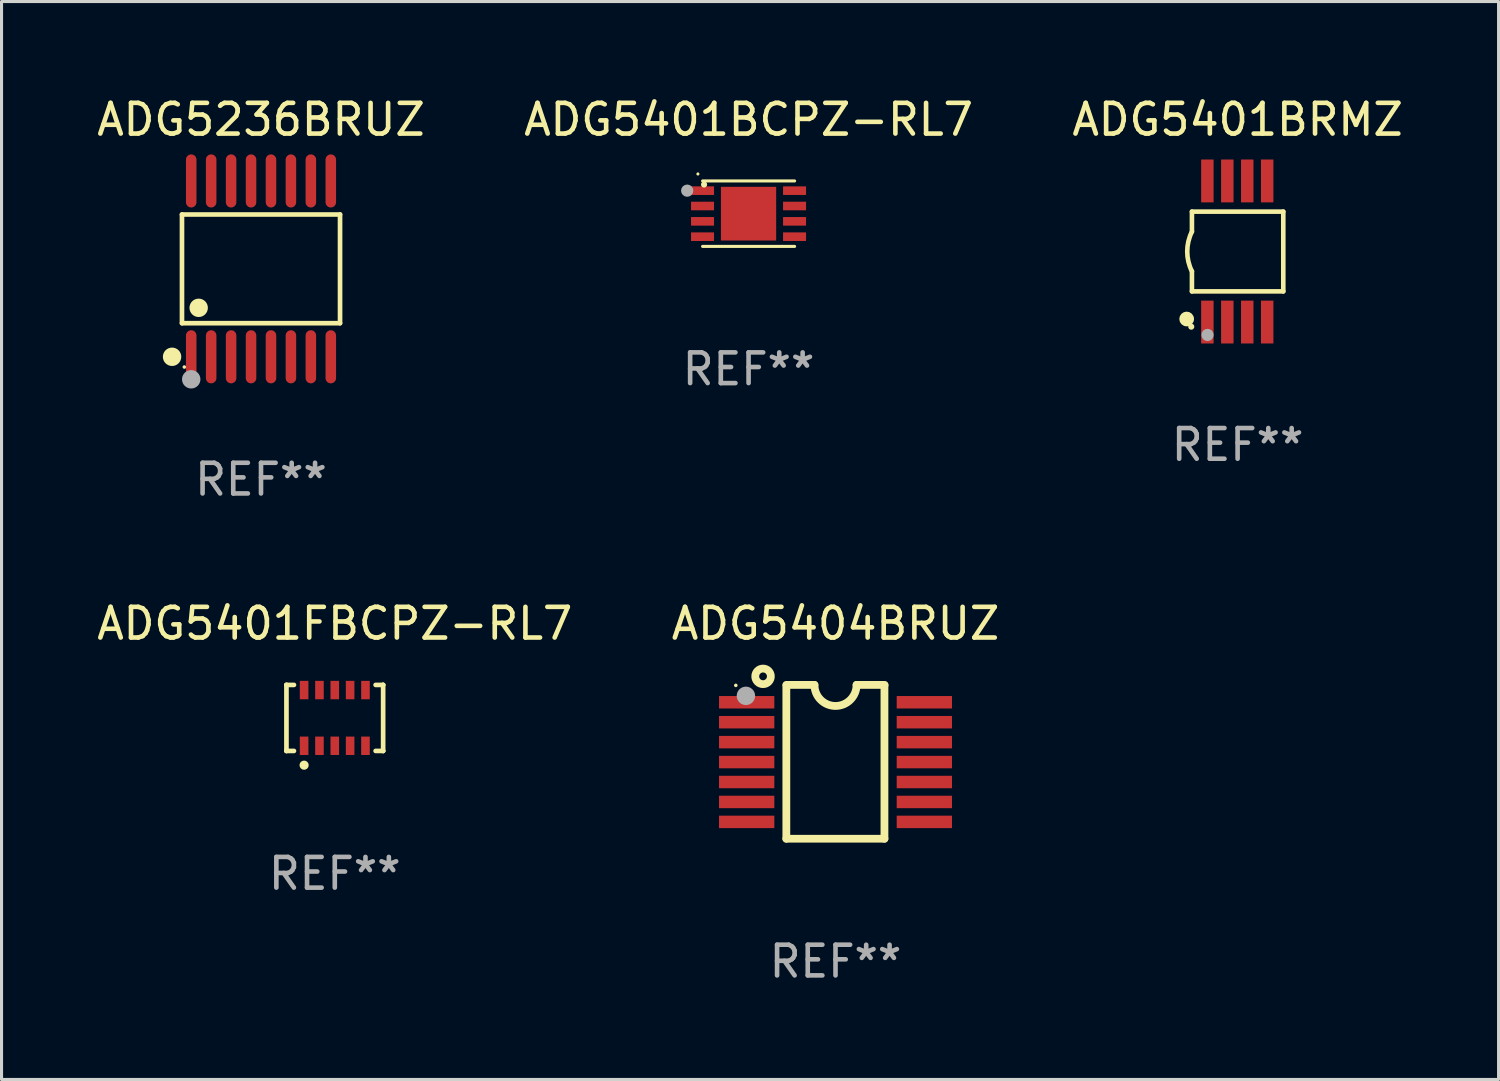
<source format=kicad_pcb>
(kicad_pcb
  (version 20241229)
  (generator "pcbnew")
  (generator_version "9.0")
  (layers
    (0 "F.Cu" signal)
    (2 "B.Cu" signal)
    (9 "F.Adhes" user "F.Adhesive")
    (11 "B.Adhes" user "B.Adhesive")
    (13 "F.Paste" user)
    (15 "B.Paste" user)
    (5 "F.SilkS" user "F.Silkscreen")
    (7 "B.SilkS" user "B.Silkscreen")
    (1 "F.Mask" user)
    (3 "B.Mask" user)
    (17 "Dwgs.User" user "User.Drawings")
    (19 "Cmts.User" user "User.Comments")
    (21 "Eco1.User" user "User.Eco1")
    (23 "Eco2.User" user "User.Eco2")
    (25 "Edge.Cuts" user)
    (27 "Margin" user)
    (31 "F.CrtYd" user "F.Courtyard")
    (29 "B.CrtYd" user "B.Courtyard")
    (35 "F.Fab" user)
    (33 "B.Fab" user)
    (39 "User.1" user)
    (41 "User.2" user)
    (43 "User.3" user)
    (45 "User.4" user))
  (footprint "ADG5236BRUZ"
    (layer "F.Cu")
    (at 5.458 5.714)
    (property "Reference" "ADG5236BRUZ" (at 0 -4.866 0) (layer "F.SilkS") (effects (font (size 1 1) (thickness 0.15))))
    (attr through_hole)
    (fp_line (start -2.576 -1.772) (end 2.576 -1.772) (stroke (width 0.152) (type solid)) (layer "F.SilkS"))
    (fp_line (start -2.576 1.771) (end -2.576 -1.772) (stroke (width 0.152) (type solid)) (layer "F.SilkS"))
    (fp_line (start 2.576 -1.772) (end 2.576 1.771) (stroke (width 0.152) (type solid)) (layer "F.SilkS"))
    (fp_line (start 2.576 1.771) (end -2.576 1.771) (stroke (width 0.152) (type solid)) (layer "F.SilkS"))
    (fp_circle (center -2.899 2.866) (end -2.749 2.866) (stroke (width 0.3) (type solid)) (fill no) (layer "F.SilkS"))
    (fp_circle (center -2.5 3.2) (end -2.47 3.2) (stroke (width 0.06) (type solid)) (fill no) (layer "F.SilkS"))
    (fp_circle (center -2.032 1.27) (end -1.882 1.27) (stroke (width 0.3) (type solid)) (fill no) (layer "F.SilkS"))
    (fp_circle (center -2.275 3.6) (end -2.125 3.6) (stroke (width 0.3) (type solid)) (fill no) (layer "F.Fab"))
    (fp_text user "REF**" (at 0 6.866 0) (layer "F.Fab") (effects (font (size 1 1) (thickness 0.15))))
    (pad "1" smd oval (at -2.275 2.866) (size 0.343 1.731) (layers "F.Cu" "F.Mask" "F.Paste"))
    (pad "2" smd oval (at -1.625 2.866) (size 0.343 1.731) (layers "F.Cu" "F.Mask" "F.Paste"))
    (pad "3" smd oval (at -0.975 2.866) (size 0.343 1.731) (layers "F.Cu" "F.Mask" "F.Paste"))
    (pad "4" smd oval (at -0.325 2.866) (size 0.343 1.731) (layers "F.Cu" "F.Mask" "F.Paste"))
    (pad "5" smd oval (at 0.325 2.866) (size 0.343 1.731) (layers "F.Cu" "F.Mask" "F.Paste"))
    (pad "6" smd oval (at 0.975 2.866) (size 0.343 1.731) (layers "F.Cu" "F.Mask" "F.Paste"))
    (pad "7" smd oval (at 1.625 2.866) (size 0.343 1.731) (layers "F.Cu" "F.Mask" "F.Paste"))
    (pad "8" smd oval (at 2.275 2.866) (size 0.343 1.731) (layers "F.Cu" "F.Mask" "F.Paste"))
    (pad "9" smd oval (at 2.275 -2.866) (size 0.343 1.731) (layers "F.Cu" "F.Mask" "F.Paste"))
    (pad "10" smd oval (at 1.625 -2.866) (size 0.343 1.731) (layers "F.Cu" "F.Mask" "F.Paste"))
    (pad "11" smd oval (at 0.975 -2.866) (size 0.343 1.731) (layers "F.Cu" "F.Mask" "F.Paste"))
    (pad "12" smd oval (at 0.325 -2.866) (size 0.343 1.731) (layers "F.Cu" "F.Mask" "F.Paste"))
    (pad "13" smd oval (at -0.325 -2.866) (size 0.343 1.731) (layers "F.Cu" "F.Mask" "F.Paste"))
    (pad "14" smd oval (at -0.975 -2.866) (size 0.343 1.731) (layers "F.Cu" "F.Mask" "F.Paste"))
    (pad "15" smd oval (at -1.625 -2.866) (size 0.343 1.731) (layers "F.Cu" "F.Mask" "F.Paste"))
    (pad "16" smd oval (at -2.275 -2.866) (size 0.343 1.731) (layers "F.Cu" "F.Mask" "F.Paste")))
  (footprint "ADG5404BRUZ"
    (layer "F.Cu")
    (at 24.185 21.783)
    (property "Reference" "ADG5404BRUZ" (at 0 -4.507 0) (layer "F.SilkS") (effects (font (size 1 1) (thickness 0.15))))
    (attr through_hole)
    (fp_line (start -1.603 2.507) (end -1.603 -2.494) (stroke (width 0.254) (type solid)) (layer "F.SilkS"))
    (fp_line (start -1.603 2.507) (end 1.595 2.507) (stroke (width 0.254) (type solid)) (layer "F.SilkS"))
    (fp_line (start -1.6 -2.507) (end -0.686 -2.507) (stroke (width 0.254) (type solid)) (layer "F.SilkS"))
    (fp_line (start 0.686 -2.507) (end 1.6 -2.507) (stroke (width 0.254) (type solid)) (layer "F.SilkS"))
    (fp_line (start 1.595 2.507) (end 1.595 -2.494) (stroke (width 0.254) (type solid)) (layer "F.SilkS"))
    (fp_arc (start 0.685852 -2.506998) (mid 0.000051 -1.821197) (end -0.68575 -2.506998) (stroke (width 0.254001) (type solid)) (layer "F.SilkS"))
    (fp_circle (center -3.25 -2.492) (end -3.22 -2.492) (stroke (width 0.06) (type solid)) (fill no) (layer "F.SilkS"))
    (fp_circle (center -2.362 -2.786) (end -2.108 -2.786) (stroke (width 0.254) (type solid)) (fill no) (layer "F.SilkS"))
    (fp_circle (center -2.921 -2.151) (end -2.771 -2.151) (stroke (width 0.3) (type solid)) (fill no) (layer "F.Fab"))
    (fp_text user "REF**" (at 0 6.507 0) (layer "F.Fab") (effects (font (size 1 1) (thickness 0.15))))
    (pad "1" smd rect (at -2.896 -1.942) (size 1.803 0.406) (layers "F.Cu" "F.Mask" "F.Paste"))
    (pad "2" smd rect (at -2.896 -1.292) (size 1.803 0.406) (layers "F.Cu" "F.Mask" "F.Paste"))
    (pad "3" smd rect (at -2.896 -0.642) (size 1.803 0.406) (layers "F.Cu" "F.Mask" "F.Paste"))
    (pad "4" smd rect (at -2.896 0.008) (size 1.803 0.406) (layers "F.Cu" "F.Mask" "F.Paste"))
    (pad "5" smd rect (at -2.896 0.658) (size 1.803 0.406) (layers "F.Cu" "F.Mask" "F.Paste"))
    (pad "6" smd rect (at -2.896 1.308) (size 1.803 0.406) (layers "F.Cu" "F.Mask" "F.Paste"))
    (pad "7" smd rect (at -2.896 1.958) (size 1.803 0.406) (layers "F.Cu" "F.Mask" "F.Paste"))
    (pad "8" smd rect (at 2.896 1.958) (size 1.803 0.406) (layers "F.Cu" "F.Mask" "F.Paste"))
    (pad "9" smd rect (at 2.896 1.308) (size 1.803 0.406) (layers "F.Cu" "F.Mask" "F.Paste"))
    (pad "10" smd rect (at 2.896 0.658) (size 1.803 0.406) (layers "F.Cu" "F.Mask" "F.Paste"))
    (pad "11" smd rect (at 2.896 0.008) (size 1.803 0.406) (layers "F.Cu" "F.Mask" "F.Paste"))
    (pad "12" smd rect (at 2.896 -0.642) (size 1.803 0.406) (layers "F.Cu" "F.Mask" "F.Paste"))
    (pad "13" smd rect (at 2.896 -1.292) (size 1.803 0.406) (layers "F.Cu" "F.Mask" "F.Paste"))
    (pad "14" smd rect (at 2.896 -1.942) (size 1.803 0.406) (layers "F.Cu" "F.Mask" "F.Paste")))
  (footprint "ADG5401BRMZ"
    (layer "F.Cu")
    (at 37.292 5.148)
    (property "Reference" "ADG5401BRMZ" (at 0 -4.3 0) (layer "F.SilkS") (effects (font (size 1 1) (thickness 0.15))))
    (attr through_hole)
    (fp_line (start -1.489 -1.3) (end -1.489 -0.648) (stroke (width 0.15) (type solid)) (layer "F.SilkS"))
    (fp_line (start -1.489 0.648) (end -1.489 1.3) (stroke (width 0.15) (type solid)) (layer "F.SilkS"))
    (fp_line (start -1.489 1.3) (end 1.489 1.3) (stroke (width 0.15) (type solid)) (layer "F.SilkS"))
    (fp_line (start 1.489 -1.3) (end -1.489 -1.3) (stroke (width 0.15) (type solid)) (layer "F.SilkS"))
    (fp_line (start 1.489 1.3) (end 1.489 -1.3) (stroke (width 0.15) (type solid)) (layer "F.SilkS"))
    (fp_arc (start -1.489205 0.647702) (mid -1.642107 0) (end -1.489205 -0.647701) (stroke (width 0.150013) (type solid)) (layer "F.SilkS"))
    (fp_circle (center -1.661 2.2) (end -1.541 2.2) (stroke (width 0.24) (type solid)) (fill no) (layer "F.SilkS"))
    (fp_circle (center -1.511 2.45) (end -1.461 2.45) (stroke (width 0.1) (type solid)) (fill no) (layer "F.SilkS"))
    (fp_circle (center -0.981 2.72) (end -0.881 2.72) (stroke (width 0.2) (type solid)) (fill no) (layer "F.Fab"))
    (fp_text user "REF**" (at 0 6.3 0) (layer "F.Fab") (effects (font (size 1 1) (thickness 0.15))))
    (pad "1" smd rect (at -0.986 2.3) (size 0.406 1.397) (layers "F.Cu" "F.Mask" "F.Paste"))
    (pad "2" smd rect (at -0.336 2.3) (size 0.406 1.397) (layers "F.Cu" "F.Mask" "F.Paste"))
    (pad "3" smd rect (at 0.314 2.3) (size 0.406 1.397) (layers "F.Cu" "F.Mask" "F.Paste"))
    (pad "4" smd rect (at 0.964 2.3) (size 0.406 1.397) (layers "F.Cu" "F.Mask" "F.Paste"))
    (pad "5" smd rect (at 0.964 -2.3) (size 0.406 1.397) (layers "F.Cu" "F.Mask" "F.Paste"))
    (pad "6" smd rect (at 0.314 -2.3) (size 0.406 1.397) (layers "F.Cu" "F.Mask" "F.Paste"))
    (pad "7" smd rect (at -0.336 -2.3) (size 0.406 1.397) (layers "F.Cu" "F.Mask" "F.Paste"))
    (pad "8" smd rect (at -0.986 -2.3) (size 0.406 1.397) (layers "F.Cu" "F.Mask" "F.Paste")))
  (footprint "ADG5401BCPZ-RL7"
    (layer "F.Cu")
    (at 21.351 3.915)
    (property "Reference" "ADG5401BCPZ-RL7" (at 0 -3.067 0) (layer "F.SilkS") (effects (font (size 1 1) (thickness 0.15))))
    (attr through_hole)
    (fp_line (start -1.499 -1.067) (end 1.501 -1.067) (stroke (width 0.1) (type solid)) (layer "F.SilkS"))
    (fp_line (start -1.499 1.067) (end 1.501 1.067) (stroke (width 0.1) (type solid)) (layer "F.SilkS"))
    (fp_arc (start -1.651638 -1.292863) (mid -1.651644 -1.294133) (end -1.651638 -1.295403) (stroke (width 0.1) (type solid)) (layer "F.SilkS"))
    (fp_circle (center -1.451 -0.95) (end -1.401 -0.95) (stroke (width 0.1) (type solid)) (fill no) (layer "F.SilkS"))
    (fp_circle (center -2.001 -0.75) (end -1.901 -0.75) (stroke (width 0.2) (type solid)) (fill no) (layer "F.Fab"))
    (fp_text user "REF**" (at 0 5.067 0) (layer "F.Fab") (effects (font (size 1 1) (thickness 0.15))))
    (pad "0" smd rect (at -0.001 0) (size 1.8 1.75) (layers "F.Cu" "F.Mask" "F.Paste"))
    (pad "1" smd rect (at -1.501 -0.75 90) (size 0.28 0.75) (layers "F.Cu" "F.Mask" "F.Paste"))
    (pad "2" smd rect (at -1.501 -0.25 90) (size 0.28 0.75) (layers "F.Cu" "F.Mask" "F.Paste"))
    (pad "3" smd rect (at -1.501 0.25 90) (size 0.28 0.75) (layers "F.Cu" "F.Mask" "F.Paste"))
    (pad "4" smd rect (at -1.501 0.75 90) (size 0.28 0.75) (layers "F.Cu" "F.Mask" "F.Paste"))
    (pad "5" smd rect (at 1.499 0.75 90) (size 0.28 0.75) (layers "F.Cu" "F.Mask" "F.Paste"))
    (pad "6" smd rect (at 1.499 0.25 90) (size 0.28 0.75) (layers "F.Cu" "F.Mask" "F.Paste"))
    (pad "7" smd rect (at 1.499 -0.25 90) (size 0.28 0.75) (layers "F.Cu" "F.Mask" "F.Paste"))
    (pad "8" smd rect (at 1.499 -0.75 90) (size 0.28 0.75) (layers "F.Cu" "F.Mask" "F.Paste")))
  (footprint "ADG5401FBCPZ-RL7"
    (layer "F.Cu")
    (at 7.863 20.352)
    (property "Reference" "ADG5401FBCPZ-RL7" (at 0 -3.076 0) (layer "F.SilkS") (effects (font (size 1 1) (thickness 0.15))))
    (attr through_hole)
    (fp_line (start -1.576 -1.076) (end -1.576 -1.076) (stroke (width 0.152) (type solid)) (layer "F.SilkS"))
    (fp_line (start -1.576 -1.076) (end -1.331 -1.076) (stroke (width 0.152) (type solid)) (layer "F.SilkS"))
    (fp_line (start -1.576 1.076) (end -1.576 -1.076) (stroke (width 0.152) (type solid)) (layer "F.SilkS"))
    (fp_line (start -1.576 1.076) (end -1.576 1.076) (stroke (width 0.152) (type solid)) (layer "F.SilkS"))
    (fp_line (start -1.331 1.076) (end -1.576 1.076) (stroke (width 0.152) (type solid)) (layer "F.SilkS"))
    (fp_line (start 1.331 1.076) (end 1.576 1.076) (stroke (width 0.152) (type solid)) (layer "F.SilkS"))
    (fp_line (start 1.576 -1.076) (end 1.331 -1.076) (stroke (width 0.152) (type solid)) (layer "F.SilkS"))
    (fp_line (start 1.576 -1.076) (end 1.576 -1.076) (stroke (width 0.152) (type solid)) (layer "F.SilkS"))
    (fp_line (start 1.576 1.076) (end 1.576 -1.076) (stroke (width 0.152) (type solid)) (layer "F.SilkS"))
    (fp_line (start 1.576 1.076) (end 1.576 1.076) (stroke (width 0.152) (type solid)) (layer "F.SilkS"))
    (fp_circle (center -1 1.54) (end -0.925 1.54) (stroke (width 0.15) (type solid)) (fill no) (layer "F.SilkS"))
    (fp_text user "REF**" (at 0 5.076 0) (layer "F.Fab") (effects (font (size 1 1) (thickness 0.15))))
    (pad "1" smd rect (at -1 0.908) (size 0.28 0.6) (layers "F.Cu" "F.Mask" "F.Paste"))
    (pad "2" smd rect (at -0.5 0.908) (size 0.28 0.6) (layers "F.Cu" "F.Mask" "F.Paste"))
    (pad "3" smd rect (at 0 0.908) (size 0.28 0.6) (layers "F.Cu" "F.Mask" "F.Paste"))
    (pad "4" smd rect (at 0.5 0.908) (size 0.28 0.6) (layers "F.Cu" "F.Mask" "F.Paste"))
    (pad "5" smd rect (at 1 0.908) (size 0.28 0.6) (layers "F.Cu" "F.Mask" "F.Paste"))
    (pad "6" smd rect (at 1 -0.908) (size 0.28 0.6) (layers "F.Cu" "F.Mask" "F.Paste"))
    (pad "7" smd rect (at 0.5 -0.908) (size 0.28 0.6) (layers "F.Cu" "F.Mask" "F.Paste"))
    (pad "8" smd rect (at 0 -0.908) (size 0.28 0.6) (layers "F.Cu" "F.Mask" "F.Paste"))
    (pad "9" smd rect (at -0.5 -0.908) (size 0.28 0.6) (layers "F.Cu" "F.Mask" "F.Paste"))
    (pad "10" smd rect (at -1 -0.908) (size 0.28 0.6) (layers "F.Cu" "F.Mask" "F.Paste")))
  (gr_rect
    (start -3 -3)
    (end 45.798 32.138)
    (stroke (width 0.1) (type default))
    (fill no)
    (layer "Edge.Cuts")))
</source>
